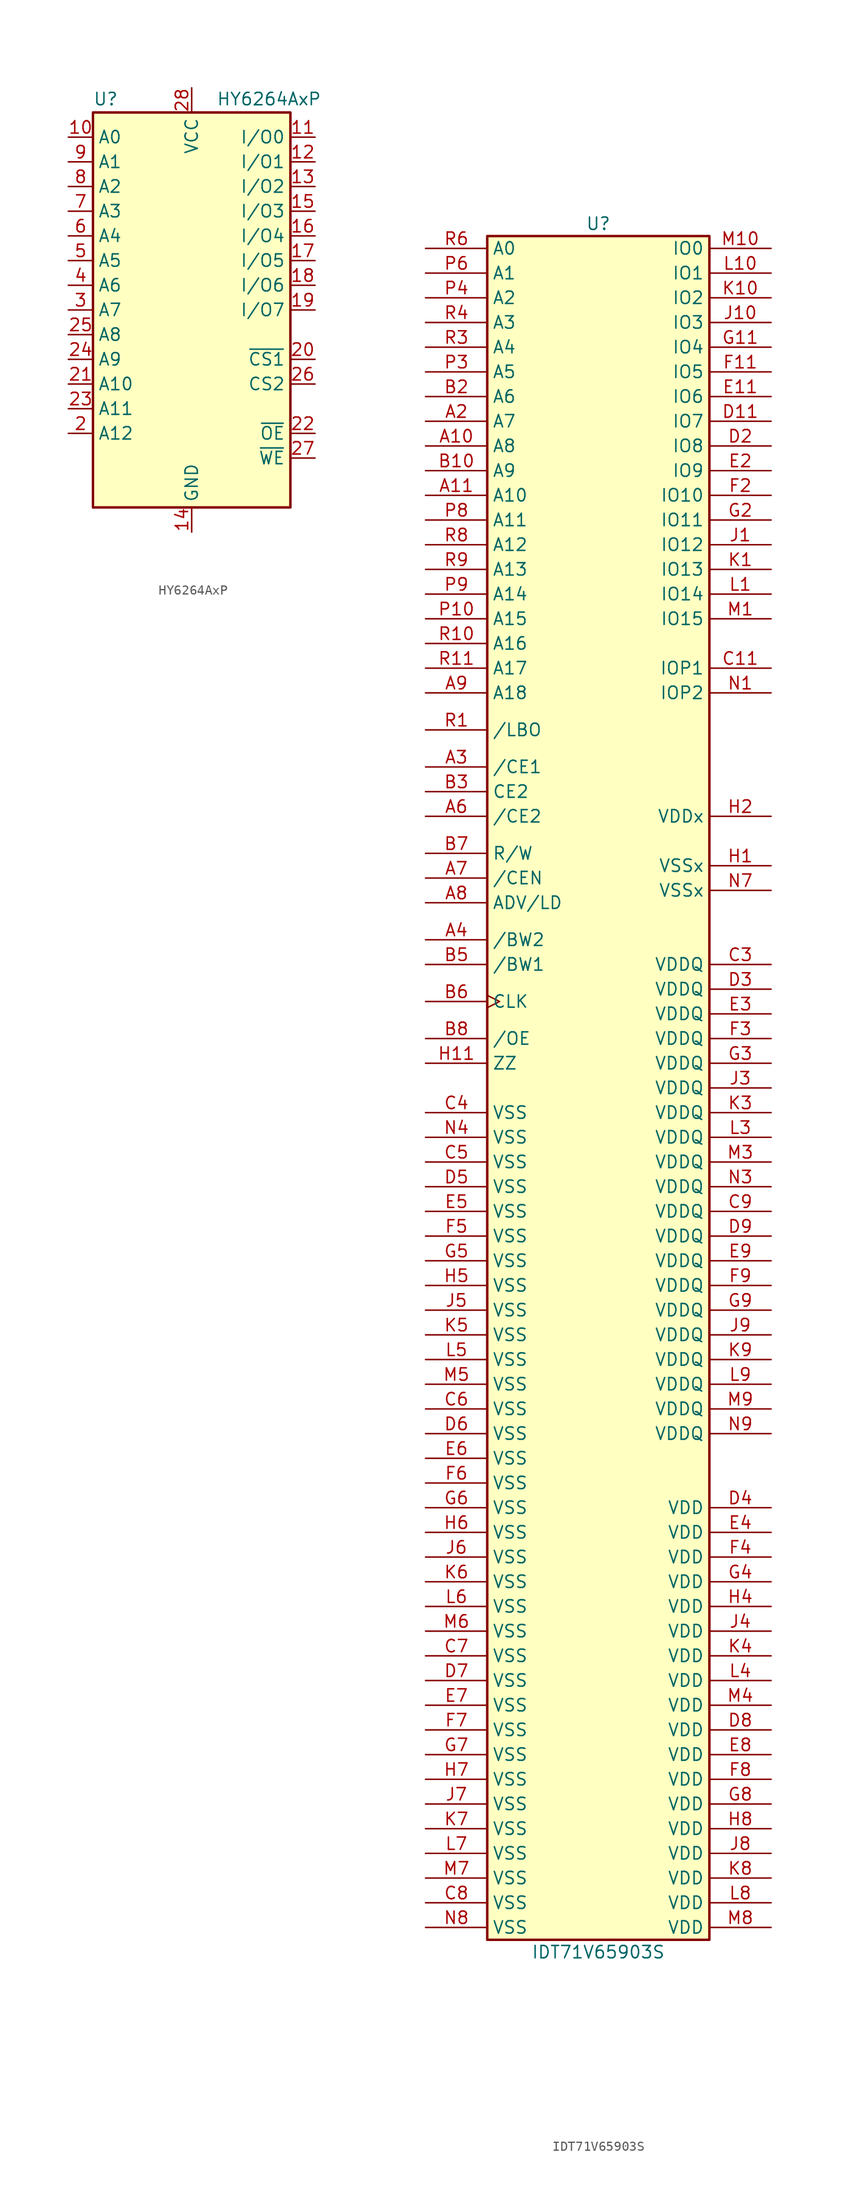
<source format=kicad_sym>
(kicad_symbol_lib
  (version 20241209)
  (generator "kicad_symbol_editor")
  (generator_version "9.0")
  (symbol "HY6264AxP"
    (property "Reference" "U"
      (at -10.16 20.955 0)
      (effects (font (size 1.27 1.27)) (justify left bottom)))
    (property "Value" "HY6264AxP"
      (at 2.54 20.955 0)
      (effects (font (size 1.27 1.27)) (justify left bottom)))
    (symbol "HY6264AxP_0_0"
      (pin power_in line (at 0 22.86 270) (length 2.54) (name "VCC" (effects (font (size 1.27 1.27)))) (number "28" (effects (font (size 1.27 1.27)))))
      (pin power_in line (at 0 -22.86 90) (length 2.54) (name "GND" (effects (font (size 1.27 1.27)))) (number "14" (effects (font (size 1.27 1.27))))))
    (symbol "HY6264AxP_0_1"
      (rectangle (start -10.16 20.32) (end 10.16 -20.32) (stroke (width 0.254) (type default)) (fill (type background))))
    (symbol "HY6264AxP_1_1"
      (pin input line (at -12.7 17.78 0) (length 2.54) (name "A0" (effects (font (size 1.27 1.27)))) (number "10" (effects (font (size 1.27 1.27)))))
      (pin input line (at -12.7 15.24 0) (length 2.54) (name "A1" (effects (font (size 1.27 1.27)))) (number "9" (effects (font (size 1.27 1.27)))))
      (pin input line (at -12.7 12.7 0) (length 2.54) (name "A2" (effects (font (size 1.27 1.27)))) (number "8" (effects (font (size 1.27 1.27)))))
      (pin input line (at -12.7 10.16 0) (length 2.54) (name "A3" (effects (font (size 1.27 1.27)))) (number "7" (effects (font (size 1.27 1.27)))))
      (pin input line (at -12.7 7.62 0) (length 2.54) (name "A4" (effects (font (size 1.27 1.27)))) (number "6" (effects (font (size 1.27 1.27)))))
      (pin input line (at -12.7 5.08 0) (length 2.54) (name "A5" (effects (font (size 1.27 1.27)))) (number "5" (effects (font (size 1.27 1.27)))))
      (pin input line (at -12.7 2.54 0) (length 2.54) (name "A6" (effects (font (size 1.27 1.27)))) (number "4" (effects (font (size 1.27 1.27)))))
      (pin input line (at -12.7 0 0) (length 2.54) (name "A7" (effects (font (size 1.27 1.27)))) (number "3" (effects (font (size 1.27 1.27)))))
      (pin input line (at -12.7 -2.54 0) (length 2.54) (name "A8" (effects (font (size 1.27 1.27)))) (number "25" (effects (font (size 1.27 1.27)))))
      (pin input line (at -12.7 -5.08 0) (length 2.54) (name "A9" (effects (font (size 1.27 1.27)))) (number "24" (effects (font (size 1.27 1.27)))))
      (pin input line (at -12.7 -7.62 0) (length 2.54) (name "A10" (effects (font (size 1.27 1.27)))) (number "21" (effects (font (size 1.27 1.27)))))
      (pin input line (at -12.7 -10.16 0) (length 2.54) (name "A11" (effects (font (size 1.27 1.27)))) (number "23" (effects (font (size 1.27 1.27)))))
      (pin input line (at -12.7 -12.7 0) (length 2.54) (name "A12" (effects (font (size 1.27 1.27)))) (number "2" (effects (font (size 1.27 1.27)))))
      (pin no_connect line (at 0 0 0) (length 2.54) (hide yes) (name "NC" (effects (font (size 1.27 1.27)))) (number "1" (effects (font (size 1.27 1.27)))))
      (pin tri_state line (at 12.7 17.78 180) (length 2.54) (name "I/O0" (effects (font (size 1.27 1.27)))) (number "11" (effects (font (size 1.27 1.27)))))
      (pin tri_state line (at 12.7 15.24 180) (length 2.54) (name "I/O1" (effects (font (size 1.27 1.27)))) (number "12" (effects (font (size 1.27 1.27)))))
      (pin tri_state line (at 12.7 12.7 180) (length 2.54) (name "I/O2" (effects (font (size 1.27 1.27)))) (number "13" (effects (font (size 1.27 1.27)))))
      (pin tri_state line (at 12.7 10.16 180) (length 2.54) (name "I/O3" (effects (font (size 1.27 1.27)))) (number "15" (effects (font (size 1.27 1.27)))))
      (pin tri_state line (at 12.7 7.62 180) (length 2.54) (name "I/O4" (effects (font (size 1.27 1.27)))) (number "16" (effects (font (size 1.27 1.27)))))
      (pin tri_state line (at 12.7 5.08 180) (length 2.54) (name "I/O5" (effects (font (size 1.27 1.27)))) (number "17" (effects (font (size 1.27 1.27)))))
      (pin tri_state line (at 12.7 2.54 180) (length 2.54) (name "I/O6" (effects (font (size 1.27 1.27)))) (number "18" (effects (font (size 1.27 1.27)))))
      (pin tri_state line (at 12.7 0 180) (length 2.54) (name "I/O7" (effects (font (size 1.27 1.27)))) (number "19" (effects (font (size 1.27 1.27)))))
      (pin input line (at 12.7 -5.08 180) (length 2.54) (name "~{CS1}" (effects (font (size 1.27 1.27)))) (number "20" (effects (font (size 1.27 1.27)))))
      (pin input line (at 12.7 -7.62 180) (length 2.54) (name "CS2" (effects (font (size 1.27 1.27)))) (number "26" (effects (font (size 1.27 1.27)))))
      (pin input line (at 12.7 -12.7 180) (length 2.54) (name "~{OE}" (effects (font (size 1.27 1.27)))) (number "22" (effects (font (size 1.27 1.27)))))
      (pin input line (at 12.7 -15.24 180) (length 2.54) (name "~{WE}" (effects (font (size 1.27 1.27)))) (number "27" (effects (font (size 1.27 1.27)))))))
  (symbol "IDT71V65903S"
    (property "Reference" "U"
      (at 0 88.9 0)
      (effects (font (size 1.27 1.27))))
    (property "Value" "IDT71V65903S"
      (at 0 -88.9 0)
      (effects (font (size 1.27 1.27))))
    (symbol "IDT71V65903S_0_1"
      (rectangle (start -11.43 87.63) (end 11.43 -87.63) (stroke (width 0.254) (type default)) (fill (type background))))
    (symbol "IDT71V65903S_1_1"
      (pin input line (at -17.78 86.36 0) (length 6.35) (name "A0" (effects (font (size 1.27 1.27)))) (number "R6" (effects (font (size 1.27 1.27)))))
      (pin input line (at -17.78 83.82 0) (length 6.35) (name "A1" (effects (font (size 1.27 1.27)))) (number "P6" (effects (font (size 1.27 1.27)))))
      (pin input line (at -17.78 81.28 0) (length 6.35) (name "A2" (effects (font (size 1.27 1.27)))) (number "P4" (effects (font (size 1.27 1.27)))))
      (pin input line (at -17.78 78.74 0) (length 6.35) (name "A3" (effects (font (size 1.27 1.27)))) (number "R4" (effects (font (size 1.27 1.27)))))
      (pin input line (at -17.78 76.2 0) (length 6.35) (name "A4" (effects (font (size 1.27 1.27)))) (number "R3" (effects (font (size 1.27 1.27)))))
      (pin input line (at -17.78 73.66 0) (length 6.35) (name "A5" (effects (font (size 1.27 1.27)))) (number "P3" (effects (font (size 1.27 1.27)))))
      (pin input line (at -17.78 71.12 0) (length 6.35) (name "A6" (effects (font (size 1.27 1.27)))) (number "B2" (effects (font (size 1.27 1.27)))))
      (pin input line (at -17.78 68.58 0) (length 6.35) (name "A7" (effects (font (size 1.27 1.27)))) (number "A2" (effects (font (size 1.27 1.27)))))
      (pin input line (at -17.78 66.04 0) (length 6.35) (name "A8" (effects (font (size 1.27 1.27)))) (number "A10" (effects (font (size 1.27 1.27)))))
      (pin input line (at -17.78 63.5 0) (length 6.35) (name "A9" (effects (font (size 1.27 1.27)))) (number "B10" (effects (font (size 1.27 1.27)))))
      (pin input line (at -17.78 60.96 0) (length 6.35) (name "A10" (effects (font (size 1.27 1.27)))) (number "A11" (effects (font (size 1.27 1.27)))))
      (pin input line (at -17.78 58.42 0) (length 6.35) (name "A11" (effects (font (size 1.27 1.27)))) (number "P8" (effects (font (size 1.27 1.27)))))
      (pin input line (at -17.78 55.88 0) (length 6.35) (name "A12" (effects (font (size 1.27 1.27)))) (number "R8" (effects (font (size 1.27 1.27)))))
      (pin input line (at -17.78 53.34 0) (length 6.35) (name "A13" (effects (font (size 1.27 1.27)))) (number "R9" (effects (font (size 1.27 1.27)))))
      (pin input line (at -17.78 50.8 0) (length 6.35) (name "A14" (effects (font (size 1.27 1.27)))) (number "P9" (effects (font (size 1.27 1.27)))))
      (pin input line (at -17.78 48.26 0) (length 6.35) (name "A15" (effects (font (size 1.27 1.27)))) (number "P10" (effects (font (size 1.27 1.27)))))
      (pin input line (at -17.78 45.72 0) (length 6.35) (name "A16" (effects (font (size 1.27 1.27)))) (number "R10" (effects (font (size 1.27 1.27)))))
      (pin input line (at -17.78 43.18 0) (length 6.35) (name "A17" (effects (font (size 1.27 1.27)))) (number "R11" (effects (font (size 1.27 1.27)))))
      (pin input line (at -17.78 40.64 0) (length 6.35) (name "A18" (effects (font (size 1.27 1.27)))) (number "A9" (effects (font (size 1.27 1.27)))))
      (pin input line (at -17.78 36.83 0) (length 6.35) (name "/LBO" (effects (font (size 1.27 1.27)))) (number "R1" (effects (font (size 1.27 1.27)))))
      (pin input line (at -17.78 33.02 0) (length 6.35) (name "/CE1" (effects (font (size 1.27 1.27)))) (number "A3" (effects (font (size 1.27 1.27)))))
      (pin input line (at -17.78 30.48 0) (length 6.35) (name "CE2" (effects (font (size 1.27 1.27)))) (number "B3" (effects (font (size 1.27 1.27)))))
      (pin input line (at -17.78 27.94 0) (length 6.35) (name "/CE2" (effects (font (size 1.27 1.27)))) (number "A6" (effects (font (size 1.27 1.27)))))
      (pin input line (at -17.78 24.13 0) (length 6.35) (name "R/W" (effects (font (size 1.27 1.27)))) (number "B7" (effects (font (size 1.27 1.27)))))
      (pin input line (at -17.78 21.59 0) (length 6.35) (name "/CEN" (effects (font (size 1.27 1.27)))) (number "A7" (effects (font (size 1.27 1.27)))))
      (pin input line (at -17.78 19.05 0) (length 6.35) (name "ADV/LD" (effects (font (size 1.27 1.27)))) (number "A8" (effects (font (size 1.27 1.27)))))
      (pin input line (at -17.78 15.24 0) (length 6.35) (name "/BW2" (effects (font (size 1.27 1.27)))) (number "A4" (effects (font (size 1.27 1.27)))))
      (pin input line (at -17.78 12.7 0) (length 6.35) (name "/BW1" (effects (font (size 1.27 1.27)))) (number "B5" (effects (font (size 1.27 1.27)))))
      (pin input clock (at -17.78 8.89 0) (length 6.35) (name "CLK" (effects (font (size 1.27 1.27)))) (number "B6" (effects (font (size 1.27 1.27)))))
      (pin input line (at -17.78 5.08 0) (length 6.35) (name "/OE" (effects (font (size 1.27 1.27)))) (number "B8" (effects (font (size 1.27 1.27)))))
      (pin input line (at -17.78 2.54 0) (length 6.35) (name "ZZ" (effects (font (size 1.27 1.27)))) (number "H11" (effects (font (size 1.27 1.27)))))
      (pin passive line (at -17.78 -2.54 0) (length 6.35) (name "VSS" (effects (font (size 1.27 1.27)))) (number "C4" (effects (font (size 1.27 1.27)))))
      (pin passive line (at -17.78 -5.08 0) (length 6.35) (name "VSS" (effects (font (size 1.27 1.27)))) (number "N4" (effects (font (size 1.27 1.27)))))
      (pin passive line (at -17.78 -7.62 0) (length 6.35) (name "VSS" (effects (font (size 1.27 1.27)))) (number "C5" (effects (font (size 1.27 1.27)))))
      (pin passive line (at -17.78 -10.16 0) (length 6.35) (name "VSS" (effects (font (size 1.27 1.27)))) (number "D5" (effects (font (size 1.27 1.27)))))
      (pin passive line (at -17.78 -12.7 0) (length 6.35) (name "VSS" (effects (font (size 1.27 1.27)))) (number "E5" (effects (font (size 1.27 1.27)))))
      (pin passive line (at -17.78 -15.24 0) (length 6.35) (name "VSS" (effects (font (size 1.27 1.27)))) (number "F5" (effects (font (size 1.27 1.27)))))
      (pin passive line (at -17.78 -17.78 0) (length 6.35) (name "VSS" (effects (font (size 1.27 1.27)))) (number "G5" (effects (font (size 1.27 1.27)))))
      (pin passive line (at -17.78 -20.32 0) (length 6.35) (name "VSS" (effects (font (size 1.27 1.27)))) (number "H5" (effects (font (size 1.27 1.27)))))
      (pin passive line (at -17.78 -22.86 0) (length 6.35) (name "VSS" (effects (font (size 1.27 1.27)))) (number "J5" (effects (font (size 1.27 1.27)))))
      (pin passive line (at -17.78 -25.4 0) (length 6.35) (name "VSS" (effects (font (size 1.27 1.27)))) (number "K5" (effects (font (size 1.27 1.27)))))
      (pin passive line (at -17.78 -27.94 0) (length 6.35) (name "VSS" (effects (font (size 1.27 1.27)))) (number "L5" (effects (font (size 1.27 1.27)))))
      (pin passive line (at -17.78 -30.48 0) (length 6.35) (name "VSS" (effects (font (size 1.27 1.27)))) (number "M5" (effects (font (size 1.27 1.27)))))
      (pin passive line (at -17.78 -33.02 0) (length 6.35) (name "VSS" (effects (font (size 1.27 1.27)))) (number "C6" (effects (font (size 1.27 1.27)))))
      (pin passive line (at -17.78 -35.56 0) (length 6.35) (name "VSS" (effects (font (size 1.27 1.27)))) (number "D6" (effects (font (size 1.27 1.27)))))
      (pin passive line (at -17.78 -38.1 0) (length 6.35) (name "VSS" (effects (font (size 1.27 1.27)))) (number "E6" (effects (font (size 1.27 1.27)))))
      (pin passive line (at -17.78 -40.64 0) (length 6.35) (name "VSS" (effects (font (size 1.27 1.27)))) (number "F6" (effects (font (size 1.27 1.27)))))
      (pin passive line (at -17.78 -43.18 0) (length 6.35) (name "VSS" (effects (font (size 1.27 1.27)))) (number "G6" (effects (font (size 1.27 1.27)))))
      (pin passive line (at -17.78 -45.72 0) (length 6.35) (name "VSS" (effects (font (size 1.27 1.27)))) (number "H6" (effects (font (size 1.27 1.27)))))
      (pin passive line (at -17.78 -48.26 0) (length 6.35) (name "VSS" (effects (font (size 1.27 1.27)))) (number "J6" (effects (font (size 1.27 1.27)))))
      (pin passive line (at -17.78 -50.8 0) (length 6.35) (name "VSS" (effects (font (size 1.27 1.27)))) (number "K6" (effects (font (size 1.27 1.27)))))
      (pin passive line (at -17.78 -53.34 0) (length 6.35) (name "VSS" (effects (font (size 1.27 1.27)))) (number "L6" (effects (font (size 1.27 1.27)))))
      (pin passive line (at -17.78 -55.88 0) (length 6.35) (name "VSS" (effects (font (size 1.27 1.27)))) (number "M6" (effects (font (size 1.27 1.27)))))
      (pin passive line (at -17.78 -58.42 0) (length 6.35) (name "VSS" (effects (font (size 1.27 1.27)))) (number "C7" (effects (font (size 1.27 1.27)))))
      (pin passive line (at -17.78 -60.96 0) (length 6.35) (name "VSS" (effects (font (size 1.27 1.27)))) (number "D7" (effects (font (size 1.27 1.27)))))
      (pin passive line (at -17.78 -63.5 0) (length 6.35) (name "VSS" (effects (font (size 1.27 1.27)))) (number "E7" (effects (font (size 1.27 1.27)))))
      (pin passive line (at -17.78 -66.04 0) (length 6.35) (name "VSS" (effects (font (size 1.27 1.27)))) (number "F7" (effects (font (size 1.27 1.27)))))
      (pin passive line (at -17.78 -68.58 0) (length 6.35) (name "VSS" (effects (font (size 1.27 1.27)))) (number "G7" (effects (font (size 1.27 1.27)))))
      (pin passive line (at -17.78 -71.12 0) (length 6.35) (name "VSS" (effects (font (size 1.27 1.27)))) (number "H7" (effects (font (size 1.27 1.27)))))
      (pin passive line (at -17.78 -73.66 0) (length 6.35) (name "VSS" (effects (font (size 1.27 1.27)))) (number "J7" (effects (font (size 1.27 1.27)))))
      (pin passive line (at -17.78 -76.2 0) (length 6.35) (name "VSS" (effects (font (size 1.27 1.27)))) (number "K7" (effects (font (size 1.27 1.27)))))
      (pin passive line (at -17.78 -78.74 0) (length 6.35) (name "VSS" (effects (font (size 1.27 1.27)))) (number "L7" (effects (font (size 1.27 1.27)))))
      (pin passive line (at -17.78 -81.28 0) (length 6.35) (name "VSS" (effects (font (size 1.27 1.27)))) (number "M7" (effects (font (size 1.27 1.27)))))
      (pin passive line (at -17.78 -83.82 0) (length 6.35) (name "VSS" (effects (font (size 1.27 1.27)))) (number "C8" (effects (font (size 1.27 1.27)))))
      (pin passive line (at -17.78 -86.36 0) (length 6.35) (name "VSS" (effects (font (size 1.27 1.27)))) (number "N8" (effects (font (size 1.27 1.27)))))
      (pin bidirectional line (at 17.78 86.36 180) (length 6.35) (name "IO0" (effects (font (size 1.27 1.27)))) (number "M10" (effects (font (size 1.27 1.27)))))
      (pin bidirectional line (at 17.78 83.82 180) (length 6.35) (name "IO1" (effects (font (size 1.27 1.27)))) (number "L10" (effects (font (size 1.27 1.27)))))
      (pin bidirectional line (at 17.78 81.28 180) (length 6.35) (name "IO2" (effects (font (size 1.27 1.27)))) (number "K10" (effects (font (size 1.27 1.27)))))
      (pin bidirectional line (at 17.78 78.74 180) (length 6.35) (name "IO3" (effects (font (size 1.27 1.27)))) (number "J10" (effects (font (size 1.27 1.27)))))
      (pin bidirectional line (at 17.78 76.2 180) (length 6.35) (name "IO4" (effects (font (size 1.27 1.27)))) (number "G11" (effects (font (size 1.27 1.27)))))
      (pin bidirectional line (at 17.78 73.66 180) (length 6.35) (name "IO5" (effects (font (size 1.27 1.27)))) (number "F11" (effects (font (size 1.27 1.27)))))
      (pin bidirectional line (at 17.78 71.12 180) (length 6.35) (name "IO6" (effects (font (size 1.27 1.27)))) (number "E11" (effects (font (size 1.27 1.27)))))
      (pin bidirectional line (at 17.78 68.58 180) (length 6.35) (name "IO7" (effects (font (size 1.27 1.27)))) (number "D11" (effects (font (size 1.27 1.27)))))
      (pin bidirectional line (at 17.78 66.04 180) (length 6.35) (name "IO8" (effects (font (size 1.27 1.27)))) (number "D2" (effects (font (size 1.27 1.27)))))
      (pin bidirectional line (at 17.78 63.5 180) (length 6.35) (name "IO9" (effects (font (size 1.27 1.27)))) (number "E2" (effects (font (size 1.27 1.27)))))
      (pin bidirectional line (at 17.78 60.96 180) (length 6.35) (name "IO10" (effects (font (size 1.27 1.27)))) (number "F2" (effects (font (size 1.27 1.27)))))
      (pin bidirectional line (at 17.78 58.42 180) (length 6.35) (name "IO11" (effects (font (size 1.27 1.27)))) (number "G2" (effects (font (size 1.27 1.27)))))
      (pin bidirectional line (at 17.78 55.88 180) (length 6.35) (name "IO12" (effects (font (size 1.27 1.27)))) (number "J1" (effects (font (size 1.27 1.27)))))
      (pin bidirectional line (at 17.78 53.34 180) (length 6.35) (name "IO13" (effects (font (size 1.27 1.27)))) (number "K1" (effects (font (size 1.27 1.27)))))
      (pin bidirectional line (at 17.78 50.8 180) (length 6.35) (name "IO14" (effects (font (size 1.27 1.27)))) (number "L1" (effects (font (size 1.27 1.27)))))
      (pin bidirectional line (at 17.78 48.26 180) (length 6.35) (name "IO15" (effects (font (size 1.27 1.27)))) (number "M1" (effects (font (size 1.27 1.27)))))
      (pin bidirectional line (at 17.78 43.18 180) (length 6.35) (name "IOP1" (effects (font (size 1.27 1.27)))) (number "C11" (effects (font (size 1.27 1.27)))))
      (pin bidirectional line (at 17.78 40.64 180) (length 6.35) (name "IOP2" (effects (font (size 1.27 1.27)))) (number "N1" (effects (font (size 1.27 1.27)))))
      (pin passive line (at 17.78 27.94 180) (length 6.35) (name "VDDx" (effects (font (size 1.27 1.27)))) (number "H2" (effects (font (size 1.27 1.27)))))
      (pin passive line (at 17.78 22.86 180) (length 6.35) (name "VSSx" (effects (font (size 1.27 1.27)))) (number "H1" (effects (font (size 1.27 1.27)))))
      (pin passive line (at 17.78 20.32 180) (length 6.35) (name "VSSx" (effects (font (size 1.27 1.27)))) (number "N7" (effects (font (size 1.27 1.27)))))
      (pin power_in line (at 17.78 12.7 180) (length 6.35) (name "VDDQ" (effects (font (size 1.27 1.27)))) (number "C3" (effects (font (size 1.27 1.27)))))
      (pin passive line (at 17.78 10.16 180) (length 6.35) (name "VDDQ" (effects (font (size 1.27 1.27)))) (number "D3" (effects (font (size 1.27 1.27)))))
      (pin passive line (at 17.78 7.62 180) (length 6.35) (name "VDDQ" (effects (font (size 1.27 1.27)))) (number "E3" (effects (font (size 1.27 1.27)))))
      (pin passive line (at 17.78 5.08 180) (length 6.35) (name "VDDQ" (effects (font (size 1.27 1.27)))) (number "F3" (effects (font (size 1.27 1.27)))))
      (pin passive line (at 17.78 2.54 180) (length 6.35) (name "VDDQ" (effects (font (size 1.27 1.27)))) (number "G3" (effects (font (size 1.27 1.27)))))
      (pin passive line (at 17.78 0 180) (length 6.35) (name "VDDQ" (effects (font (size 1.27 1.27)))) (number "J3" (effects (font (size 1.27 1.27)))))
      (pin passive line (at 17.78 -2.54 180) (length 6.35) (name "VDDQ" (effects (font (size 1.27 1.27)))) (number "K3" (effects (font (size 1.27 1.27)))))
      (pin passive line (at 17.78 -5.08 180) (length 6.35) (name "VDDQ" (effects (font (size 1.27 1.27)))) (number "L3" (effects (font (size 1.27 1.27)))))
      (pin passive line (at 17.78 -7.62 180) (length 6.35) (name "VDDQ" (effects (font (size 1.27 1.27)))) (number "M3" (effects (font (size 1.27 1.27)))))
      (pin passive line (at 17.78 -10.16 180) (length 6.35) (name "VDDQ" (effects (font (size 1.27 1.27)))) (number "N3" (effects (font (size 1.27 1.27)))))
      (pin passive line (at 17.78 -12.7 180) (length 6.35) (name "VDDQ" (effects (font (size 1.27 1.27)))) (number "C9" (effects (font (size 1.27 1.27)))))
      (pin passive line (at 17.78 -15.24 180) (length 6.35) (name "VDDQ" (effects (font (size 1.27 1.27)))) (number "D9" (effects (font (size 1.27 1.27)))))
      (pin passive line (at 17.78 -17.78 180) (length 6.35) (name "VDDQ" (effects (font (size 1.27 1.27)))) (number "E9" (effects (font (size 1.27 1.27)))))
      (pin passive line (at 17.78 -20.32 180) (length 6.35) (name "VDDQ" (effects (font (size 1.27 1.27)))) (number "F9" (effects (font (size 1.27 1.27)))))
      (pin passive line (at 17.78 -22.86 180) (length 6.35) (name "VDDQ" (effects (font (size 1.27 1.27)))) (number "G9" (effects (font (size 1.27 1.27)))))
      (pin passive line (at 17.78 -25.4 180) (length 6.35) (name "VDDQ" (effects (font (size 1.27 1.27)))) (number "J9" (effects (font (size 1.27 1.27)))))
      (pin passive line (at 17.78 -27.94 180) (length 6.35) (name "VDDQ" (effects (font (size 1.27 1.27)))) (number "K9" (effects (font (size 1.27 1.27)))))
      (pin passive line (at 17.78 -30.48 180) (length 6.35) (name "VDDQ" (effects (font (size 1.27 1.27)))) (number "L9" (effects (font (size 1.27 1.27)))))
      (pin passive line (at 17.78 -33.02 180) (length 6.35) (name "VDDQ" (effects (font (size 1.27 1.27)))) (number "M9" (effects (font (size 1.27 1.27)))))
      (pin power_in line (at 17.78 -35.56 180) (length 6.35) (name "VDDQ" (effects (font (size 1.27 1.27)))) (number "N9" (effects (font (size 1.27 1.27)))))
      (pin passive line (at 17.78 -43.18 180) (length 6.35) (name "VDD" (effects (font (size 1.27 1.27)))) (number "D4" (effects (font (size 1.27 1.27)))))
      (pin passive line (at 17.78 -45.72 180) (length 6.35) (name "VDD" (effects (font (size 1.27 1.27)))) (number "E4" (effects (font (size 1.27 1.27)))))
      (pin passive line (at 17.78 -48.26 180) (length 6.35) (name "VDD" (effects (font (size 1.27 1.27)))) (number "F4" (effects (font (size 1.27 1.27)))))
      (pin passive line (at 17.78 -50.8 180) (length 6.35) (name "VDD" (effects (font (size 1.27 1.27)))) (number "G4" (effects (font (size 1.27 1.27)))))
      (pin passive line (at 17.78 -53.34 180) (length 6.35) (name "VDD" (effects (font (size 1.27 1.27)))) (number "H4" (effects (font (size 1.27 1.27)))))
      (pin passive line (at 17.78 -55.88 180) (length 6.35) (name "VDD" (effects (font (size 1.27 1.27)))) (number "J4" (effects (font (size 1.27 1.27)))))
      (pin passive line (at 17.78 -58.42 180) (length 6.35) (name "VDD" (effects (font (size 1.27 1.27)))) (number "K4" (effects (font (size 1.27 1.27)))))
      (pin passive line (at 17.78 -60.96 180) (length 6.35) (name "VDD" (effects (font (size 1.27 1.27)))) (number "L4" (effects (font (size 1.27 1.27)))))
      (pin passive line (at 17.78 -63.5 180) (length 6.35) (name "VDD" (effects (font (size 1.27 1.27)))) (number "M4" (effects (font (size 1.27 1.27)))))
      (pin passive line (at 17.78 -66.04 180) (length 6.35) (name "VDD" (effects (font (size 1.27 1.27)))) (number "D8" (effects (font (size 1.27 1.27)))))
      (pin passive line (at 17.78 -68.58 180) (length 6.35) (name "VDD" (effects (font (size 1.27 1.27)))) (number "E8" (effects (font (size 1.27 1.27)))))
      (pin passive line (at 17.78 -71.12 180) (length 6.35) (name "VDD" (effects (font (size 1.27 1.27)))) (number "F8" (effects (font (size 1.27 1.27)))))
      (pin passive line (at 17.78 -73.66 180) (length 6.35) (name "VDD" (effects (font (size 1.27 1.27)))) (number "G8" (effects (font (size 1.27 1.27)))))
      (pin passive line (at 17.78 -76.2 180) (length 6.35) (name "VDD" (effects (font (size 1.27 1.27)))) (number "H8" (effects (font (size 1.27 1.27)))))
      (pin passive line (at 17.78 -78.74 180) (length 6.35) (name "VDD" (effects (font (size 1.27 1.27)))) (number "J8" (effects (font (size 1.27 1.27)))))
      (pin passive line (at 17.78 -81.28 180) (length 6.35) (name "VDD" (effects (font (size 1.27 1.27)))) (number "K8" (effects (font (size 1.27 1.27)))))
      (pin passive line (at 17.78 -83.82 180) (length 6.35) (name "VDD" (effects (font (size 1.27 1.27)))) (number "L8" (effects (font (size 1.27 1.27)))))
      (pin passive line (at 17.78 -86.36 180) (length 6.35) (name "VDD" (effects (font (size 1.27 1.27)))) (number "M8" (effects (font (size 1.27 1.27))))))))
</source>
